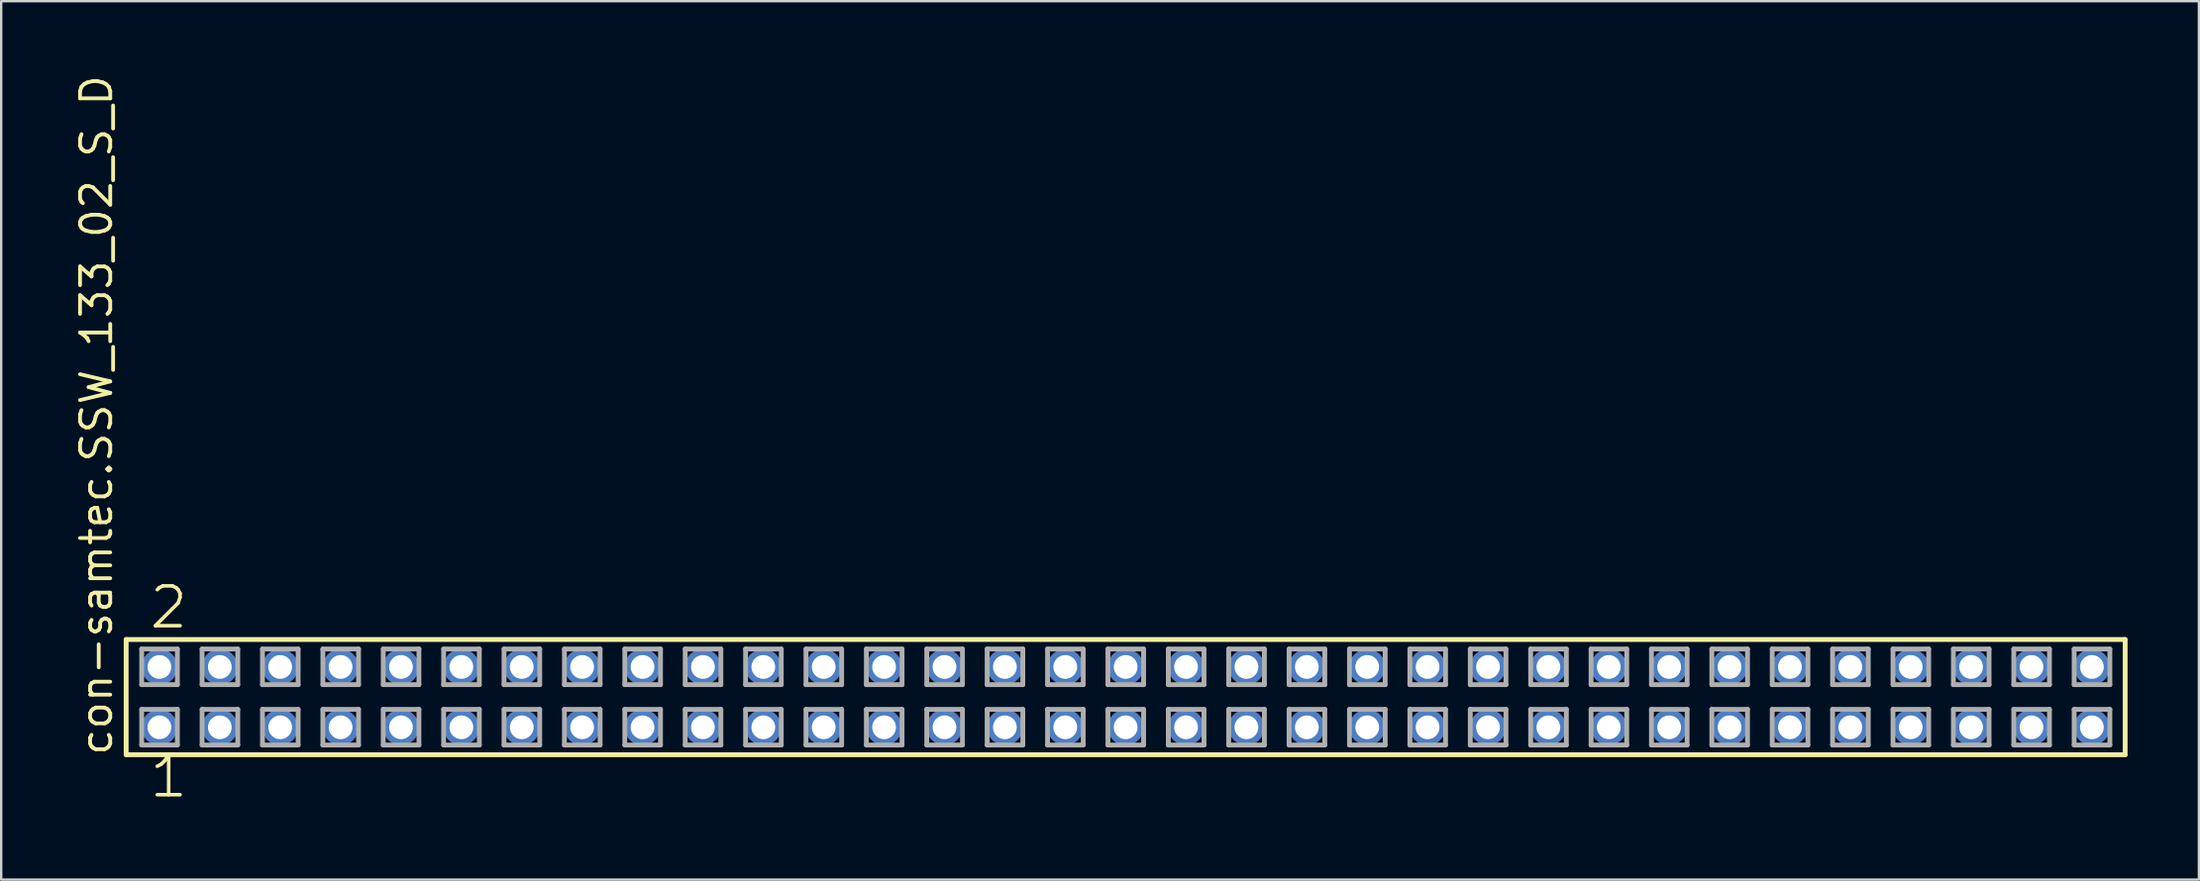
<source format=kicad_pcb>
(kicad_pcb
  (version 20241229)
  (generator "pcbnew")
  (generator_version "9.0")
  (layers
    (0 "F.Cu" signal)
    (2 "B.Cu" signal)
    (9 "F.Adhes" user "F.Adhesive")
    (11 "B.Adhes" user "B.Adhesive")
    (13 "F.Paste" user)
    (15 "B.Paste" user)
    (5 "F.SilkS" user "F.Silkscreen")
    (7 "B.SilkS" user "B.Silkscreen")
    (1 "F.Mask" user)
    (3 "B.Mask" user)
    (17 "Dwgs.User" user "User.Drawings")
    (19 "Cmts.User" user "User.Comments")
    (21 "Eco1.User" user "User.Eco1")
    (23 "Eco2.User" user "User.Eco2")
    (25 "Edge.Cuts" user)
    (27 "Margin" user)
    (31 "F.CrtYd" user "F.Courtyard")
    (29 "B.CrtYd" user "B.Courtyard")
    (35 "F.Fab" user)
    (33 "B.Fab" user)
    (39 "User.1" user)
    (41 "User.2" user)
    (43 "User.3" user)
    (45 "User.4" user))
  (footprint "con-samtec.SSW_133_02_S_D"
    (layer "F.Cu")
    (at 44.295 26.291)
    (property "Reference" "con-samtec.SSW_133_02_S_D" (at -42.545 2.54 90) (layer "F.SilkS") (effects (font (size 1.27 1.27) (thickness 0.16)) (justify left bottom)))
    (attr through_hole)
    (fp_line (start -42.039 -2.425) (end 42.039 -2.425) (stroke (width 0.203) (type default)) (layer "F.SilkS"))
    (fp_line (start -42.039 2.425) (end -42.039 -2.425) (stroke (width 0.203) (type default)) (layer "F.SilkS"))
    (fp_line (start 42.039 -2.425) (end 42.039 2.425) (stroke (width 0.203) (type default)) (layer "F.SilkS"))
    (fp_line (start 42.039 2.425) (end -42.039 2.425) (stroke (width 0.203) (type default)) (layer "F.SilkS"))
    (fp_line (start -41.385 -2.025) (end -39.885 -2.025) (stroke (width 0.203) (type default)) (layer "F.Fab"))
    (fp_line (start -41.385 -0.525) (end -41.385 -2.025) (stroke (width 0.203) (type default)) (layer "F.Fab"))
    (fp_line (start -41.385 0.515) (end -39.885 0.515) (stroke (width 0.203) (type default)) (layer "F.Fab"))
    (fp_line (start -41.385 2.015) (end -41.385 0.515) (stroke (width 0.203) (type default)) (layer "F.Fab"))
    (fp_line (start -39.885 -2.025) (end -39.885 -0.525) (stroke (width 0.203) (type default)) (layer "F.Fab"))
    (fp_line (start -39.885 -0.525) (end -41.385 -0.525) (stroke (width 0.203) (type default)) (layer "F.Fab"))
    (fp_line (start -39.885 0.515) (end -39.885 2.015) (stroke (width 0.203) (type default)) (layer "F.Fab"))
    (fp_line (start -39.885 2.015) (end -41.385 2.015) (stroke (width 0.203) (type default)) (layer "F.Fab"))
    (fp_line (start -38.845 -2.025) (end -37.345 -2.025) (stroke (width 0.203) (type default)) (layer "F.Fab"))
    (fp_line (start -38.845 -0.525) (end -38.845 -2.025) (stroke (width 0.203) (type default)) (layer "F.Fab"))
    (fp_line (start -38.845 0.515) (end -37.345 0.515) (stroke (width 0.203) (type default)) (layer "F.Fab"))
    (fp_line (start -38.845 2.015) (end -38.845 0.515) (stroke (width 0.203) (type default)) (layer "F.Fab"))
    (fp_line (start -37.345 -2.025) (end -37.345 -0.525) (stroke (width 0.203) (type default)) (layer "F.Fab"))
    (fp_line (start -37.345 -0.525) (end -38.845 -0.525) (stroke (width 0.203) (type default)) (layer "F.Fab"))
    (fp_line (start -37.345 0.515) (end -37.345 2.015) (stroke (width 0.203) (type default)) (layer "F.Fab"))
    (fp_line (start -37.345 2.015) (end -38.845 2.015) (stroke (width 0.203) (type default)) (layer "F.Fab"))
    (fp_line (start -36.305 -2.025) (end -34.805 -2.025) (stroke (width 0.203) (type default)) (layer "F.Fab"))
    (fp_line (start -36.305 -0.525) (end -36.305 -2.025) (stroke (width 0.203) (type default)) (layer "F.Fab"))
    (fp_line (start -36.305 0.515) (end -34.805 0.515) (stroke (width 0.203) (type default)) (layer "F.Fab"))
    (fp_line (start -36.305 2.015) (end -36.305 0.515) (stroke (width 0.203) (type default)) (layer "F.Fab"))
    (fp_line (start -34.805 -2.025) (end -34.805 -0.525) (stroke (width 0.203) (type default)) (layer "F.Fab"))
    (fp_line (start -34.805 -0.525) (end -36.305 -0.525) (stroke (width 0.203) (type default)) (layer "F.Fab"))
    (fp_line (start -34.805 0.515) (end -34.805 2.015) (stroke (width 0.203) (type default)) (layer "F.Fab"))
    (fp_line (start -34.805 2.015) (end -36.305 2.015) (stroke (width 0.203) (type default)) (layer "F.Fab"))
    (fp_line (start -33.765 -2.025) (end -32.265 -2.025) (stroke (width 0.203) (type default)) (layer "F.Fab"))
    (fp_line (start -33.765 -0.525) (end -33.765 -2.025) (stroke (width 0.203) (type default)) (layer "F.Fab"))
    (fp_line (start -33.765 0.515) (end -32.265 0.515) (stroke (width 0.203) (type default)) (layer "F.Fab"))
    (fp_line (start -33.765 2.015) (end -33.765 0.515) (stroke (width 0.203) (type default)) (layer "F.Fab"))
    (fp_line (start -32.265 -2.025) (end -32.265 -0.525) (stroke (width 0.203) (type default)) (layer "F.Fab"))
    (fp_line (start -32.265 -0.525) (end -33.765 -0.525) (stroke (width 0.203) (type default)) (layer "F.Fab"))
    (fp_line (start -32.265 0.515) (end -32.265 2.015) (stroke (width 0.203) (type default)) (layer "F.Fab"))
    (fp_line (start -32.265 2.015) (end -33.765 2.015) (stroke (width 0.203) (type default)) (layer "F.Fab"))
    (fp_line (start -31.225 -2.025) (end -29.725 -2.025) (stroke (width 0.203) (type default)) (layer "F.Fab"))
    (fp_line (start -31.225 -0.525) (end -31.225 -2.025) (stroke (width 0.203) (type default)) (layer "F.Fab"))
    (fp_line (start -31.225 0.515) (end -29.725 0.515) (stroke (width 0.203) (type default)) (layer "F.Fab"))
    (fp_line (start -31.225 2.015) (end -31.225 0.515) (stroke (width 0.203) (type default)) (layer "F.Fab"))
    (fp_line (start -29.725 -2.025) (end -29.725 -0.525) (stroke (width 0.203) (type default)) (layer "F.Fab"))
    (fp_line (start -29.725 -0.525) (end -31.225 -0.525) (stroke (width 0.203) (type default)) (layer "F.Fab"))
    (fp_line (start -29.725 0.515) (end -29.725 2.015) (stroke (width 0.203) (type default)) (layer "F.Fab"))
    (fp_line (start -29.725 2.015) (end -31.225 2.015) (stroke (width 0.203) (type default)) (layer "F.Fab"))
    (fp_line (start -28.685 -2.025) (end -27.185 -2.025) (stroke (width 0.203) (type default)) (layer "F.Fab"))
    (fp_line (start -28.685 -0.525) (end -28.685 -2.025) (stroke (width 0.203) (type default)) (layer "F.Fab"))
    (fp_line (start -28.685 0.515) (end -27.185 0.515) (stroke (width 0.203) (type default)) (layer "F.Fab"))
    (fp_line (start -28.685 2.015) (end -28.685 0.515) (stroke (width 0.203) (type default)) (layer "F.Fab"))
    (fp_line (start -27.185 -2.025) (end -27.185 -0.525) (stroke (width 0.203) (type default)) (layer "F.Fab"))
    (fp_line (start -27.185 -0.525) (end -28.685 -0.525) (stroke (width 0.203) (type default)) (layer "F.Fab"))
    (fp_line (start -27.185 0.515) (end -27.185 2.015) (stroke (width 0.203) (type default)) (layer "F.Fab"))
    (fp_line (start -27.185 2.015) (end -28.685 2.015) (stroke (width 0.203) (type default)) (layer "F.Fab"))
    (fp_line (start -26.145 -2.025) (end -24.645 -2.025) (stroke (width 0.203) (type default)) (layer "F.Fab"))
    (fp_line (start -26.145 -0.525) (end -26.145 -2.025) (stroke (width 0.203) (type default)) (layer "F.Fab"))
    (fp_line (start -26.145 0.515) (end -24.645 0.515) (stroke (width 0.203) (type default)) (layer "F.Fab"))
    (fp_line (start -26.145 2.015) (end -26.145 0.515) (stroke (width 0.203) (type default)) (layer "F.Fab"))
    (fp_line (start -24.645 -2.025) (end -24.645 -0.525) (stroke (width 0.203) (type default)) (layer "F.Fab"))
    (fp_line (start -24.645 -0.525) (end -26.145 -0.525) (stroke (width 0.203) (type default)) (layer "F.Fab"))
    (fp_line (start -24.645 0.515) (end -24.645 2.015) (stroke (width 0.203) (type default)) (layer "F.Fab"))
    (fp_line (start -24.645 2.015) (end -26.145 2.015) (stroke (width 0.203) (type default)) (layer "F.Fab"))
    (fp_line (start -23.605 -2.025) (end -22.105 -2.025) (stroke (width 0.203) (type default)) (layer "F.Fab"))
    (fp_line (start -23.605 -0.525) (end -23.605 -2.025) (stroke (width 0.203) (type default)) (layer "F.Fab"))
    (fp_line (start -23.605 0.515) (end -22.105 0.515) (stroke (width 0.203) (type default)) (layer "F.Fab"))
    (fp_line (start -23.605 2.015) (end -23.605 0.515) (stroke (width 0.203) (type default)) (layer "F.Fab"))
    (fp_line (start -22.105 -2.025) (end -22.105 -0.525) (stroke (width 0.203) (type default)) (layer "F.Fab"))
    (fp_line (start -22.105 -0.525) (end -23.605 -0.525) (stroke (width 0.203) (type default)) (layer "F.Fab"))
    (fp_line (start -22.105 0.515) (end -22.105 2.015) (stroke (width 0.203) (type default)) (layer "F.Fab"))
    (fp_line (start -22.105 2.015) (end -23.605 2.015) (stroke (width 0.203) (type default)) (layer "F.Fab"))
    (fp_line (start -21.065 -2.025) (end -19.565 -2.025) (stroke (width 0.203) (type default)) (layer "F.Fab"))
    (fp_line (start -21.065 -0.525) (end -21.065 -2.025) (stroke (width 0.203) (type default)) (layer "F.Fab"))
    (fp_line (start -21.065 0.515) (end -19.565 0.515) (stroke (width 0.203) (type default)) (layer "F.Fab"))
    (fp_line (start -21.065 2.015) (end -21.065 0.515) (stroke (width 0.203) (type default)) (layer "F.Fab"))
    (fp_line (start -19.565 -2.025) (end -19.565 -0.525) (stroke (width 0.203) (type default)) (layer "F.Fab"))
    (fp_line (start -19.565 -0.525) (end -21.065 -0.525) (stroke (width 0.203) (type default)) (layer "F.Fab"))
    (fp_line (start -19.565 0.515) (end -19.565 2.015) (stroke (width 0.203) (type default)) (layer "F.Fab"))
    (fp_line (start -19.565 2.015) (end -21.065 2.015) (stroke (width 0.203) (type default)) (layer "F.Fab"))
    (fp_line (start -18.525 -2.025) (end -17.025 -2.025) (stroke (width 0.203) (type default)) (layer "F.Fab"))
    (fp_line (start -18.525 -0.525) (end -18.525 -2.025) (stroke (width 0.203) (type default)) (layer "F.Fab"))
    (fp_line (start -18.525 0.515) (end -17.025 0.515) (stroke (width 0.203) (type default)) (layer "F.Fab"))
    (fp_line (start -18.525 2.015) (end -18.525 0.515) (stroke (width 0.203) (type default)) (layer "F.Fab"))
    (fp_line (start -17.025 -2.025) (end -17.025 -0.525) (stroke (width 0.203) (type default)) (layer "F.Fab"))
    (fp_line (start -17.025 -0.525) (end -18.525 -0.525) (stroke (width 0.203) (type default)) (layer "F.Fab"))
    (fp_line (start -17.025 0.515) (end -17.025 2.015) (stroke (width 0.203) (type default)) (layer "F.Fab"))
    (fp_line (start -17.025 2.015) (end -18.525 2.015) (stroke (width 0.203) (type default)) (layer "F.Fab"))
    (fp_line (start -15.985 -2.025) (end -14.485 -2.025) (stroke (width 0.203) (type default)) (layer "F.Fab"))
    (fp_line (start -15.985 -0.525) (end -15.985 -2.025) (stroke (width 0.203) (type default)) (layer "F.Fab"))
    (fp_line (start -15.985 0.515) (end -14.485 0.515) (stroke (width 0.203) (type default)) (layer "F.Fab"))
    (fp_line (start -15.985 2.015) (end -15.985 0.515) (stroke (width 0.203) (type default)) (layer "F.Fab"))
    (fp_line (start -14.485 -2.025) (end -14.485 -0.525) (stroke (width 0.203) (type default)) (layer "F.Fab"))
    (fp_line (start -14.485 -0.525) (end -15.985 -0.525) (stroke (width 0.203) (type default)) (layer "F.Fab"))
    (fp_line (start -14.485 0.515) (end -14.485 2.015) (stroke (width 0.203) (type default)) (layer "F.Fab"))
    (fp_line (start -14.485 2.015) (end -15.985 2.015) (stroke (width 0.203) (type default)) (layer "F.Fab"))
    (fp_line (start -13.445 -2.025) (end -11.945 -2.025) (stroke (width 0.203) (type default)) (layer "F.Fab"))
    (fp_line (start -13.445 -0.525) (end -13.445 -2.025) (stroke (width 0.203) (type default)) (layer "F.Fab"))
    (fp_line (start -13.445 0.515) (end -11.945 0.515) (stroke (width 0.203) (type default)) (layer "F.Fab"))
    (fp_line (start -13.445 2.015) (end -13.445 0.515) (stroke (width 0.203) (type default)) (layer "F.Fab"))
    (fp_line (start -11.945 -2.025) (end -11.945 -0.525) (stroke (width 0.203) (type default)) (layer "F.Fab"))
    (fp_line (start -11.945 -0.525) (end -13.445 -0.525) (stroke (width 0.203) (type default)) (layer "F.Fab"))
    (fp_line (start -11.945 0.515) (end -11.945 2.015) (stroke (width 0.203) (type default)) (layer "F.Fab"))
    (fp_line (start -11.945 2.015) (end -13.445 2.015) (stroke (width 0.203) (type default)) (layer "F.Fab"))
    (fp_line (start -10.905 -2.025) (end -9.405 -2.025) (stroke (width 0.203) (type default)) (layer "F.Fab"))
    (fp_line (start -10.905 -0.525) (end -10.905 -2.025) (stroke (width 0.203) (type default)) (layer "F.Fab"))
    (fp_line (start -10.905 0.515) (end -9.405 0.515) (stroke (width 0.203) (type default)) (layer "F.Fab"))
    (fp_line (start -10.905 2.015) (end -10.905 0.515) (stroke (width 0.203) (type default)) (layer "F.Fab"))
    (fp_line (start -9.405 -2.025) (end -9.405 -0.525) (stroke (width 0.203) (type default)) (layer "F.Fab"))
    (fp_line (start -9.405 -0.525) (end -10.905 -0.525) (stroke (width 0.203) (type default)) (layer "F.Fab"))
    (fp_line (start -9.405 0.515) (end -9.405 2.015) (stroke (width 0.203) (type default)) (layer "F.Fab"))
    (fp_line (start -9.405 2.015) (end -10.905 2.015) (stroke (width 0.203) (type default)) (layer "F.Fab"))
    (fp_line (start -8.365 -2.025) (end -6.865 -2.025) (stroke (width 0.203) (type default)) (layer "F.Fab"))
    (fp_line (start -8.365 -0.525) (end -8.365 -2.025) (stroke (width 0.203) (type default)) (layer "F.Fab"))
    (fp_line (start -8.365 0.515) (end -6.865 0.515) (stroke (width 0.203) (type default)) (layer "F.Fab"))
    (fp_line (start -8.365 2.015) (end -8.365 0.515) (stroke (width 0.203) (type default)) (layer "F.Fab"))
    (fp_line (start -6.865 -2.025) (end -6.865 -0.525) (stroke (width 0.203) (type default)) (layer "F.Fab"))
    (fp_line (start -6.865 -0.525) (end -8.365 -0.525) (stroke (width 0.203) (type default)) (layer "F.Fab"))
    (fp_line (start -6.865 0.515) (end -6.865 2.015) (stroke (width 0.203) (type default)) (layer "F.Fab"))
    (fp_line (start -6.865 2.015) (end -8.365 2.015) (stroke (width 0.203) (type default)) (layer "F.Fab"))
    (fp_line (start -5.825 -2.025) (end -4.325 -2.025) (stroke (width 0.203) (type default)) (layer "F.Fab"))
    (fp_line (start -5.825 -0.525) (end -5.825 -2.025) (stroke (width 0.203) (type default)) (layer "F.Fab"))
    (fp_line (start -5.825 0.515) (end -4.325 0.515) (stroke (width 0.203) (type default)) (layer "F.Fab"))
    (fp_line (start -5.825 2.015) (end -5.825 0.515) (stroke (width 0.203) (type default)) (layer "F.Fab"))
    (fp_line (start -4.325 -2.025) (end -4.325 -0.525) (stroke (width 0.203) (type default)) (layer "F.Fab"))
    (fp_line (start -4.325 -0.525) (end -5.825 -0.525) (stroke (width 0.203) (type default)) (layer "F.Fab"))
    (fp_line (start -4.325 0.515) (end -4.325 2.015) (stroke (width 0.203) (type default)) (layer "F.Fab"))
    (fp_line (start -4.325 2.015) (end -5.825 2.015) (stroke (width 0.203) (type default)) (layer "F.Fab"))
    (fp_line (start -3.285 -2.025) (end -1.785 -2.025) (stroke (width 0.203) (type default)) (layer "F.Fab"))
    (fp_line (start -3.285 -0.525) (end -3.285 -2.025) (stroke (width 0.203) (type default)) (layer "F.Fab"))
    (fp_line (start -3.285 0.515) (end -1.785 0.515) (stroke (width 0.203) (type default)) (layer "F.Fab"))
    (fp_line (start -3.285 2.015) (end -3.285 0.515) (stroke (width 0.203) (type default)) (layer "F.Fab"))
    (fp_line (start -1.785 -2.025) (end -1.785 -0.525) (stroke (width 0.203) (type default)) (layer "F.Fab"))
    (fp_line (start -1.785 -0.525) (end -3.285 -0.525) (stroke (width 0.203) (type default)) (layer "F.Fab"))
    (fp_line (start -1.785 0.515) (end -1.785 2.015) (stroke (width 0.203) (type default)) (layer "F.Fab"))
    (fp_line (start -1.785 2.015) (end -3.285 2.015) (stroke (width 0.203) (type default)) (layer "F.Fab"))
    (fp_line (start -0.745 -2.025) (end 0.755 -2.025) (stroke (width 0.203) (type default)) (layer "F.Fab"))
    (fp_line (start -0.745 -0.525) (end -0.745 -2.025) (stroke (width 0.203) (type default)) (layer "F.Fab"))
    (fp_line (start -0.745 0.515) (end 0.755 0.515) (stroke (width 0.203) (type default)) (layer "F.Fab"))
    (fp_line (start -0.745 2.015) (end -0.745 0.515) (stroke (width 0.203) (type default)) (layer "F.Fab"))
    (fp_line (start 0.755 -2.025) (end 0.755 -0.525) (stroke (width 0.203) (type default)) (layer "F.Fab"))
    (fp_line (start 0.755 -0.525) (end -0.745 -0.525) (stroke (width 0.203) (type default)) (layer "F.Fab"))
    (fp_line (start 0.755 0.515) (end 0.755 2.015) (stroke (width 0.203) (type default)) (layer "F.Fab"))
    (fp_line (start 0.755 2.015) (end -0.745 2.015) (stroke (width 0.203) (type default)) (layer "F.Fab"))
    (fp_line (start 1.795 -2.025) (end 3.295 -2.025) (stroke (width 0.203) (type default)) (layer "F.Fab"))
    (fp_line (start 1.795 -0.525) (end 1.795 -2.025) (stroke (width 0.203) (type default)) (layer "F.Fab"))
    (fp_line (start 1.795 0.515) (end 3.295 0.515) (stroke (width 0.203) (type default)) (layer "F.Fab"))
    (fp_line (start 1.795 2.015) (end 1.795 0.515) (stroke (width 0.203) (type default)) (layer "F.Fab"))
    (fp_line (start 3.295 -2.025) (end 3.295 -0.525) (stroke (width 0.203) (type default)) (layer "F.Fab"))
    (fp_line (start 3.295 -0.525) (end 1.795 -0.525) (stroke (width 0.203) (type default)) (layer "F.Fab"))
    (fp_line (start 3.295 0.515) (end 3.295 2.015) (stroke (width 0.203) (type default)) (layer "F.Fab"))
    (fp_line (start 3.295 2.015) (end 1.795 2.015) (stroke (width 0.203) (type default)) (layer "F.Fab"))
    (fp_line (start 4.335 -2.025) (end 5.835 -2.025) (stroke (width 0.203) (type default)) (layer "F.Fab"))
    (fp_line (start 4.335 -0.525) (end 4.335 -2.025) (stroke (width 0.203) (type default)) (layer "F.Fab"))
    (fp_line (start 4.335 0.515) (end 5.835 0.515) (stroke (width 0.203) (type default)) (layer "F.Fab"))
    (fp_line (start 4.335 2.015) (end 4.335 0.515) (stroke (width 0.203) (type default)) (layer "F.Fab"))
    (fp_line (start 5.835 -2.025) (end 5.835 -0.525) (stroke (width 0.203) (type default)) (layer "F.Fab"))
    (fp_line (start 5.835 -0.525) (end 4.335 -0.525) (stroke (width 0.203) (type default)) (layer "F.Fab"))
    (fp_line (start 5.835 0.515) (end 5.835 2.015) (stroke (width 0.203) (type default)) (layer "F.Fab"))
    (fp_line (start 5.835 2.015) (end 4.335 2.015) (stroke (width 0.203) (type default)) (layer "F.Fab"))
    (fp_line (start 6.875 -2.025) (end 8.375 -2.025) (stroke (width 0.203) (type default)) (layer "F.Fab"))
    (fp_line (start 6.875 -0.525) (end 6.875 -2.025) (stroke (width 0.203) (type default)) (layer "F.Fab"))
    (fp_line (start 6.875 0.515) (end 8.375 0.515) (stroke (width 0.203) (type default)) (layer "F.Fab"))
    (fp_line (start 6.875 2.015) (end 6.875 0.515) (stroke (width 0.203) (type default)) (layer "F.Fab"))
    (fp_line (start 8.375 -2.025) (end 8.375 -0.525) (stroke (width 0.203) (type default)) (layer "F.Fab"))
    (fp_line (start 8.375 -0.525) (end 6.875 -0.525) (stroke (width 0.203) (type default)) (layer "F.Fab"))
    (fp_line (start 8.375 0.515) (end 8.375 2.015) (stroke (width 0.203) (type default)) (layer "F.Fab"))
    (fp_line (start 8.375 2.015) (end 6.875 2.015) (stroke (width 0.203) (type default)) (layer "F.Fab"))
    (fp_line (start 9.415 -2.025) (end 10.915 -2.025) (stroke (width 0.203) (type default)) (layer "F.Fab"))
    (fp_line (start 9.415 -0.525) (end 9.415 -2.025) (stroke (width 0.203) (type default)) (layer "F.Fab"))
    (fp_line (start 9.415 0.515) (end 10.915 0.515) (stroke (width 0.203) (type default)) (layer "F.Fab"))
    (fp_line (start 9.415 2.015) (end 9.415 0.515) (stroke (width 0.203) (type default)) (layer "F.Fab"))
    (fp_line (start 10.915 -2.025) (end 10.915 -0.525) (stroke (width 0.203) (type default)) (layer "F.Fab"))
    (fp_line (start 10.915 -0.525) (end 9.415 -0.525) (stroke (width 0.203) (type default)) (layer "F.Fab"))
    (fp_line (start 10.915 0.515) (end 10.915 2.015) (stroke (width 0.203) (type default)) (layer "F.Fab"))
    (fp_line (start 10.915 2.015) (end 9.415 2.015) (stroke (width 0.203) (type default)) (layer "F.Fab"))
    (fp_line (start 11.955 -2.025) (end 13.455 -2.025) (stroke (width 0.203) (type default)) (layer "F.Fab"))
    (fp_line (start 11.955 -0.525) (end 11.955 -2.025) (stroke (width 0.203) (type default)) (layer "F.Fab"))
    (fp_line (start 11.955 0.515) (end 13.455 0.515) (stroke (width 0.203) (type default)) (layer "F.Fab"))
    (fp_line (start 11.955 2.015) (end 11.955 0.515) (stroke (width 0.203) (type default)) (layer "F.Fab"))
    (fp_line (start 13.455 -2.025) (end 13.455 -0.525) (stroke (width 0.203) (type default)) (layer "F.Fab"))
    (fp_line (start 13.455 -0.525) (end 11.955 -0.525) (stroke (width 0.203) (type default)) (layer "F.Fab"))
    (fp_line (start 13.455 0.515) (end 13.455 2.015) (stroke (width 0.203) (type default)) (layer "F.Fab"))
    (fp_line (start 13.455 2.015) (end 11.955 2.015) (stroke (width 0.203) (type default)) (layer "F.Fab"))
    (fp_line (start 14.495 -2.025) (end 15.995 -2.025) (stroke (width 0.203) (type default)) (layer "F.Fab"))
    (fp_line (start 14.495 -0.525) (end 14.495 -2.025) (stroke (width 0.203) (type default)) (layer "F.Fab"))
    (fp_line (start 14.495 0.515) (end 15.995 0.515) (stroke (width 0.203) (type default)) (layer "F.Fab"))
    (fp_line (start 14.495 2.015) (end 14.495 0.515) (stroke (width 0.203) (type default)) (layer "F.Fab"))
    (fp_line (start 15.995 -2.025) (end 15.995 -0.525) (stroke (width 0.203) (type default)) (layer "F.Fab"))
    (fp_line (start 15.995 -0.525) (end 14.495 -0.525) (stroke (width 0.203) (type default)) (layer "F.Fab"))
    (fp_line (start 15.995 0.515) (end 15.995 2.015) (stroke (width 0.203) (type default)) (layer "F.Fab"))
    (fp_line (start 15.995 2.015) (end 14.495 2.015) (stroke (width 0.203) (type default)) (layer "F.Fab"))
    (fp_line (start 17.035 -2.025) (end 18.535 -2.025) (stroke (width 0.203) (type default)) (layer "F.Fab"))
    (fp_line (start 17.035 -0.525) (end 17.035 -2.025) (stroke (width 0.203) (type default)) (layer "F.Fab"))
    (fp_line (start 17.035 0.515) (end 18.535 0.515) (stroke (width 0.203) (type default)) (layer "F.Fab"))
    (fp_line (start 17.035 2.015) (end 17.035 0.515) (stroke (width 0.203) (type default)) (layer "F.Fab"))
    (fp_line (start 18.535 -2.025) (end 18.535 -0.525) (stroke (width 0.203) (type default)) (layer "F.Fab"))
    (fp_line (start 18.535 -0.525) (end 17.035 -0.525) (stroke (width 0.203) (type default)) (layer "F.Fab"))
    (fp_line (start 18.535 0.515) (end 18.535 2.015) (stroke (width 0.203) (type default)) (layer "F.Fab"))
    (fp_line (start 18.535 2.015) (end 17.035 2.015) (stroke (width 0.203) (type default)) (layer "F.Fab"))
    (fp_line (start 19.575 -2.025) (end 21.075 -2.025) (stroke (width 0.203) (type default)) (layer "F.Fab"))
    (fp_line (start 19.575 -0.525) (end 19.575 -2.025) (stroke (width 0.203) (type default)) (layer "F.Fab"))
    (fp_line (start 19.575 0.515) (end 21.075 0.515) (stroke (width 0.203) (type default)) (layer "F.Fab"))
    (fp_line (start 19.575 2.015) (end 19.575 0.515) (stroke (width 0.203) (type default)) (layer "F.Fab"))
    (fp_line (start 21.075 -2.025) (end 21.075 -0.525) (stroke (width 0.203) (type default)) (layer "F.Fab"))
    (fp_line (start 21.075 -0.525) (end 19.575 -0.525) (stroke (width 0.203) (type default)) (layer "F.Fab"))
    (fp_line (start 21.075 0.515) (end 21.075 2.015) (stroke (width 0.203) (type default)) (layer "F.Fab"))
    (fp_line (start 21.075 2.015) (end 19.575 2.015) (stroke (width 0.203) (type default)) (layer "F.Fab"))
    (fp_line (start 22.115 -2.025) (end 23.615 -2.025) (stroke (width 0.203) (type default)) (layer "F.Fab"))
    (fp_line (start 22.115 -0.525) (end 22.115 -2.025) (stroke (width 0.203) (type default)) (layer "F.Fab"))
    (fp_line (start 22.115 0.515) (end 23.615 0.515) (stroke (width 0.203) (type default)) (layer "F.Fab"))
    (fp_line (start 22.115 2.015) (end 22.115 0.515) (stroke (width 0.203) (type default)) (layer "F.Fab"))
    (fp_line (start 23.615 -2.025) (end 23.615 -0.525) (stroke (width 0.203) (type default)) (layer "F.Fab"))
    (fp_line (start 23.615 -0.525) (end 22.115 -0.525) (stroke (width 0.203) (type default)) (layer "F.Fab"))
    (fp_line (start 23.615 0.515) (end 23.615 2.015) (stroke (width 0.203) (type default)) (layer "F.Fab"))
    (fp_line (start 23.615 2.015) (end 22.115 2.015) (stroke (width 0.203) (type default)) (layer "F.Fab"))
    (fp_line (start 24.655 -2.025) (end 26.155 -2.025) (stroke (width 0.203) (type default)) (layer "F.Fab"))
    (fp_line (start 24.655 -0.525) (end 24.655 -2.025) (stroke (width 0.203) (type default)) (layer "F.Fab"))
    (fp_line (start 24.655 0.515) (end 26.155 0.515) (stroke (width 0.203) (type default)) (layer "F.Fab"))
    (fp_line (start 24.655 2.015) (end 24.655 0.515) (stroke (width 0.203) (type default)) (layer "F.Fab"))
    (fp_line (start 26.155 -2.025) (end 26.155 -0.525) (stroke (width 0.203) (type default)) (layer "F.Fab"))
    (fp_line (start 26.155 -0.525) (end 24.655 -0.525) (stroke (width 0.203) (type default)) (layer "F.Fab"))
    (fp_line (start 26.155 0.515) (end 26.155 2.015) (stroke (width 0.203) (type default)) (layer "F.Fab"))
    (fp_line (start 26.155 2.015) (end 24.655 2.015) (stroke (width 0.203) (type default)) (layer "F.Fab"))
    (fp_line (start 27.195 -2.025) (end 28.695 -2.025) (stroke (width 0.203) (type default)) (layer "F.Fab"))
    (fp_line (start 27.195 -0.525) (end 27.195 -2.025) (stroke (width 0.203) (type default)) (layer "F.Fab"))
    (fp_line (start 27.195 0.515) (end 28.695 0.515) (stroke (width 0.203) (type default)) (layer "F.Fab"))
    (fp_line (start 27.195 2.015) (end 27.195 0.515) (stroke (width 0.203) (type default)) (layer "F.Fab"))
    (fp_line (start 28.695 -2.025) (end 28.695 -0.525) (stroke (width 0.203) (type default)) (layer "F.Fab"))
    (fp_line (start 28.695 -0.525) (end 27.195 -0.525) (stroke (width 0.203) (type default)) (layer "F.Fab"))
    (fp_line (start 28.695 0.515) (end 28.695 2.015) (stroke (width 0.203) (type default)) (layer "F.Fab"))
    (fp_line (start 28.695 2.015) (end 27.195 2.015) (stroke (width 0.203) (type default)) (layer "F.Fab"))
    (fp_line (start 29.735 -2.025) (end 31.235 -2.025) (stroke (width 0.203) (type default)) (layer "F.Fab"))
    (fp_line (start 29.735 -0.525) (end 29.735 -2.025) (stroke (width 0.203) (type default)) (layer "F.Fab"))
    (fp_line (start 29.735 0.515) (end 31.235 0.515) (stroke (width 0.203) (type default)) (layer "F.Fab"))
    (fp_line (start 29.735 2.015) (end 29.735 0.515) (stroke (width 0.203) (type default)) (layer "F.Fab"))
    (fp_line (start 31.235 -2.025) (end 31.235 -0.525) (stroke (width 0.203) (type default)) (layer "F.Fab"))
    (fp_line (start 31.235 -0.525) (end 29.735 -0.525) (stroke (width 0.203) (type default)) (layer "F.Fab"))
    (fp_line (start 31.235 0.515) (end 31.235 2.015) (stroke (width 0.203) (type default)) (layer "F.Fab"))
    (fp_line (start 31.235 2.015) (end 29.735 2.015) (stroke (width 0.203) (type default)) (layer "F.Fab"))
    (fp_line (start 32.275 -2.025) (end 33.775 -2.025) (stroke (width 0.203) (type default)) (layer "F.Fab"))
    (fp_line (start 32.275 -0.525) (end 32.275 -2.025) (stroke (width 0.203) (type default)) (layer "F.Fab"))
    (fp_line (start 32.275 0.515) (end 33.775 0.515) (stroke (width 0.203) (type default)) (layer "F.Fab"))
    (fp_line (start 32.275 2.015) (end 32.275 0.515) (stroke (width 0.203) (type default)) (layer "F.Fab"))
    (fp_line (start 33.775 -2.025) (end 33.775 -0.525) (stroke (width 0.203) (type default)) (layer "F.Fab"))
    (fp_line (start 33.775 -0.525) (end 32.275 -0.525) (stroke (width 0.203) (type default)) (layer "F.Fab"))
    (fp_line (start 33.775 0.515) (end 33.775 2.015) (stroke (width 0.203) (type default)) (layer "F.Fab"))
    (fp_line (start 33.775 2.015) (end 32.275 2.015) (stroke (width 0.203) (type default)) (layer "F.Fab"))
    (fp_line (start 34.815 -2.025) (end 36.315 -2.025) (stroke (width 0.203) (type default)) (layer "F.Fab"))
    (fp_line (start 34.815 -0.525) (end 34.815 -2.025) (stroke (width 0.203) (type default)) (layer "F.Fab"))
    (fp_line (start 34.815 0.515) (end 36.315 0.515) (stroke (width 0.203) (type default)) (layer "F.Fab"))
    (fp_line (start 34.815 2.015) (end 34.815 0.515) (stroke (width 0.203) (type default)) (layer "F.Fab"))
    (fp_line (start 36.315 -2.025) (end 36.315 -0.525) (stroke (width 0.203) (type default)) (layer "F.Fab"))
    (fp_line (start 36.315 -0.525) (end 34.815 -0.525) (stroke (width 0.203) (type default)) (layer "F.Fab"))
    (fp_line (start 36.315 0.515) (end 36.315 2.015) (stroke (width 0.203) (type default)) (layer "F.Fab"))
    (fp_line (start 36.315 2.015) (end 34.815 2.015) (stroke (width 0.203) (type default)) (layer "F.Fab"))
    (fp_line (start 37.355 -2.025) (end 38.855 -2.025) (stroke (width 0.203) (type default)) (layer "F.Fab"))
    (fp_line (start 37.355 -0.525) (end 37.355 -2.025) (stroke (width 0.203) (type default)) (layer "F.Fab"))
    (fp_line (start 37.355 0.515) (end 38.855 0.515) (stroke (width 0.203) (type default)) (layer "F.Fab"))
    (fp_line (start 37.355 2.015) (end 37.355 0.515) (stroke (width 0.203) (type default)) (layer "F.Fab"))
    (fp_line (start 38.855 -2.025) (end 38.855 -0.525) (stroke (width 0.203) (type default)) (layer "F.Fab"))
    (fp_line (start 38.855 -0.525) (end 37.355 -0.525) (stroke (width 0.203) (type default)) (layer "F.Fab"))
    (fp_line (start 38.855 0.515) (end 38.855 2.015) (stroke (width 0.203) (type default)) (layer "F.Fab"))
    (fp_line (start 38.855 2.015) (end 37.355 2.015) (stroke (width 0.203) (type default)) (layer "F.Fab"))
    (fp_line (start 39.895 -2.025) (end 41.395 -2.025) (stroke (width 0.203) (type default)) (layer "F.Fab"))
    (fp_line (start 39.895 -0.525) (end 39.895 -2.025) (stroke (width 0.203) (type default)) (layer "F.Fab"))
    (fp_line (start 39.895 0.515) (end 41.395 0.515) (stroke (width 0.203) (type default)) (layer "F.Fab"))
    (fp_line (start 39.895 2.015) (end 39.895 0.515) (stroke (width 0.203) (type default)) (layer "F.Fab"))
    (fp_line (start 41.395 -2.025) (end 41.395 -0.525) (stroke (width 0.203) (type default)) (layer "F.Fab"))
    (fp_line (start 41.395 -0.525) (end 39.895 -0.525) (stroke (width 0.203) (type default)) (layer "F.Fab"))
    (fp_line (start 41.395 0.515) (end 41.395 2.015) (stroke (width 0.203) (type default)) (layer "F.Fab"))
    (fp_line (start 41.395 2.015) (end 39.895 2.015) (stroke (width 0.203) (type default)) (layer "F.Fab"))
    (fp_text user "2" (at -41.148 -2.794 0) (layer "F.SilkS") (effects (font (size 1.676 1.676) (thickness 0.15)) (justify left bottom)))
    (fp_text user "1" (at -41.148 4.318 0) (layer "F.SilkS") (effects (font (size 1.676 1.676) (thickness 0.15)) (justify left bottom)))
    (pad "1" thru_hole circle (at -40.64 1.27) (size 1.5 1.5) (drill 1) (layers "*.Cu" "*.Mask"))
    (pad "2" thru_hole circle (at -40.64 -1.27) (size 1.5 1.5) (drill 1) (layers "*.Cu" "*.Mask"))
    (pad "3" thru_hole circle (at -38.1 1.27) (size 1.5 1.5) (drill 1) (layers "*.Cu" "*.Mask"))
    (pad "4" thru_hole circle (at -38.1 -1.27) (size 1.5 1.5) (drill 1) (layers "*.Cu" "*.Mask"))
    (pad "5" thru_hole circle (at -35.56 1.27) (size 1.5 1.5) (drill 1) (layers "*.Cu" "*.Mask"))
    (pad "6" thru_hole circle (at -35.56 -1.27) (size 1.5 1.5) (drill 1) (layers "*.Cu" "*.Mask"))
    (pad "7" thru_hole circle (at -33.02 1.27) (size 1.5 1.5) (drill 1) (layers "*.Cu" "*.Mask"))
    (pad "8" thru_hole circle (at -33.02 -1.27) (size 1.5 1.5) (drill 1) (layers "*.Cu" "*.Mask"))
    (pad "9" thru_hole circle (at -30.48 1.27) (size 1.5 1.5) (drill 1) (layers "*.Cu" "*.Mask"))
    (pad "10" thru_hole circle (at -30.48 -1.27) (size 1.5 1.5) (drill 1) (layers "*.Cu" "*.Mask"))
    (pad "11" thru_hole circle (at -27.94 1.27) (size 1.5 1.5) (drill 1) (layers "*.Cu" "*.Mask"))
    (pad "12" thru_hole circle (at -27.94 -1.27) (size 1.5 1.5) (drill 1) (layers "*.Cu" "*.Mask"))
    (pad "13" thru_hole circle (at -25.4 1.27) (size 1.5 1.5) (drill 1) (layers "*.Cu" "*.Mask"))
    (pad "14" thru_hole circle (at -25.4 -1.27) (size 1.5 1.5) (drill 1) (layers "*.Cu" "*.Mask"))
    (pad "15" thru_hole circle (at -22.86 1.27) (size 1.5 1.5) (drill 1) (layers "*.Cu" "*.Mask"))
    (pad "16" thru_hole circle (at -22.86 -1.27) (size 1.5 1.5) (drill 1) (layers "*.Cu" "*.Mask"))
    (pad "17" thru_hole circle (at -20.32 1.27) (size 1.5 1.5) (drill 1) (layers "*.Cu" "*.Mask"))
    (pad "18" thru_hole circle (at -20.32 -1.27) (size 1.5 1.5) (drill 1) (layers "*.Cu" "*.Mask"))
    (pad "19" thru_hole circle (at -17.78 1.27) (size 1.5 1.5) (drill 1) (layers "*.Cu" "*.Mask"))
    (pad "20" thru_hole circle (at -17.78 -1.27) (size 1.5 1.5) (drill 1) (layers "*.Cu" "*.Mask"))
    (pad "21" thru_hole circle (at -15.24 1.27) (size 1.5 1.5) (drill 1) (layers "*.Cu" "*.Mask"))
    (pad "22" thru_hole circle (at -15.24 -1.27) (size 1.5 1.5) (drill 1) (layers "*.Cu" "*.Mask"))
    (pad "23" thru_hole circle (at -12.7 1.27) (size 1.5 1.5) (drill 1) (layers "*.Cu" "*.Mask"))
    (pad "24" thru_hole circle (at -12.7 -1.27) (size 1.5 1.5) (drill 1) (layers "*.Cu" "*.Mask"))
    (pad "25" thru_hole circle (at -10.16 1.27) (size 1.5 1.5) (drill 1) (layers "*.Cu" "*.Mask"))
    (pad "26" thru_hole circle (at -10.16 -1.27) (size 1.5 1.5) (drill 1) (layers "*.Cu" "*.Mask"))
    (pad "27" thru_hole circle (at -7.62 1.27) (size 1.5 1.5) (drill 1) (layers "*.Cu" "*.Mask"))
    (pad "28" thru_hole circle (at -7.62 -1.27) (size 1.5 1.5) (drill 1) (layers "*.Cu" "*.Mask"))
    (pad "29" thru_hole circle (at -5.08 1.27) (size 1.5 1.5) (drill 1) (layers "*.Cu" "*.Mask"))
    (pad "30" thru_hole circle (at -5.08 -1.27) (size 1.5 1.5) (drill 1) (layers "*.Cu" "*.Mask"))
    (pad "31" thru_hole circle (at -2.54 1.27) (size 1.5 1.5) (drill 1) (layers "*.Cu" "*.Mask"))
    (pad "32" thru_hole circle (at -2.54 -1.27) (size 1.5 1.5) (drill 1) (layers "*.Cu" "*.Mask"))
    (pad "33" thru_hole circle (at 0 1.27) (size 1.5 1.5) (drill 1) (layers "*.Cu" "*.Mask"))
    (pad "34" thru_hole circle (at 0 -1.27) (size 1.5 1.5) (drill 1) (layers "*.Cu" "*.Mask"))
    (pad "35" thru_hole circle (at 2.54 1.27) (size 1.5 1.5) (drill 1) (layers "*.Cu" "*.Mask"))
    (pad "36" thru_hole circle (at 2.54 -1.27) (size 1.5 1.5) (drill 1) (layers "*.Cu" "*.Mask"))
    (pad "37" thru_hole circle (at 5.08 1.27) (size 1.5 1.5) (drill 1) (layers "*.Cu" "*.Mask"))
    (pad "38" thru_hole circle (at 5.08 -1.27) (size 1.5 1.5) (drill 1) (layers "*.Cu" "*.Mask"))
    (pad "39" thru_hole circle (at 7.62 1.27) (size 1.5 1.5) (drill 1) (layers "*.Cu" "*.Mask"))
    (pad "40" thru_hole circle (at 7.62 -1.27) (size 1.5 1.5) (drill 1) (layers "*.Cu" "*.Mask"))
    (pad "41" thru_hole circle (at 10.16 1.27) (size 1.5 1.5) (drill 1) (layers "*.Cu" "*.Mask"))
    (pad "42" thru_hole circle (at 10.16 -1.27) (size 1.5 1.5) (drill 1) (layers "*.Cu" "*.Mask"))
    (pad "43" thru_hole circle (at 12.7 1.27) (size 1.5 1.5) (drill 1) (layers "*.Cu" "*.Mask"))
    (pad "44" thru_hole circle (at 12.7 -1.27) (size 1.5 1.5) (drill 1) (layers "*.Cu" "*.Mask"))
    (pad "45" thru_hole circle (at 15.24 1.27) (size 1.5 1.5) (drill 1) (layers "*.Cu" "*.Mask"))
    (pad "46" thru_hole circle (at 15.24 -1.27) (size 1.5 1.5) (drill 1) (layers "*.Cu" "*.Mask"))
    (pad "47" thru_hole circle (at 17.78 1.27) (size 1.5 1.5) (drill 1) (layers "*.Cu" "*.Mask"))
    (pad "48" thru_hole circle (at 17.78 -1.27) (size 1.5 1.5) (drill 1) (layers "*.Cu" "*.Mask"))
    (pad "49" thru_hole circle (at 20.32 1.27) (size 1.5 1.5) (drill 1) (layers "*.Cu" "*.Mask"))
    (pad "50" thru_hole circle (at 20.32 -1.27) (size 1.5 1.5) (drill 1) (layers "*.Cu" "*.Mask"))
    (pad "51" thru_hole circle (at 22.86 1.27) (size 1.5 1.5) (drill 1) (layers "*.Cu" "*.Mask"))
    (pad "52" thru_hole circle (at 22.86 -1.27) (size 1.5 1.5) (drill 1) (layers "*.Cu" "*.Mask"))
    (pad "53" thru_hole circle (at 25.4 1.27) (size 1.5 1.5) (drill 1) (layers "*.Cu" "*.Mask"))
    (pad "54" thru_hole circle (at 25.4 -1.27) (size 1.5 1.5) (drill 1) (layers "*.Cu" "*.Mask"))
    (pad "55" thru_hole circle (at 27.94 1.27) (size 1.5 1.5) (drill 1) (layers "*.Cu" "*.Mask"))
    (pad "56" thru_hole circle (at 27.94 -1.27) (size 1.5 1.5) (drill 1) (layers "*.Cu" "*.Mask"))
    (pad "57" thru_hole circle (at 30.48 1.27) (size 1.5 1.5) (drill 1) (layers "*.Cu" "*.Mask"))
    (pad "58" thru_hole circle (at 30.48 -1.27) (size 1.5 1.5) (drill 1) (layers "*.Cu" "*.Mask"))
    (pad "59" thru_hole circle (at 33.02 1.27) (size 1.5 1.5) (drill 1) (layers "*.Cu" "*.Mask"))
    (pad "60" thru_hole circle (at 33.02 -1.27) (size 1.5 1.5) (drill 1) (layers "*.Cu" "*.Mask"))
    (pad "61" thru_hole circle (at 35.56 1.27) (size 1.5 1.5) (drill 1) (layers "*.Cu" "*.Mask"))
    (pad "62" thru_hole circle (at 35.56 -1.27) (size 1.5 1.5) (drill 1) (layers "*.Cu" "*.Mask"))
    (pad "63" thru_hole circle (at 38.1 1.27) (size 1.5 1.5) (drill 1) (layers "*.Cu" "*.Mask"))
    (pad "64" thru_hole circle (at 38.1 -1.27) (size 1.5 1.5) (drill 1) (layers "*.Cu" "*.Mask"))
    (pad "65" thru_hole circle (at 40.64 1.27) (size 1.5 1.5) (drill 1) (layers "*.Cu" "*.Mask"))
    (pad "66" thru_hole circle (at 40.64 -1.27) (size 1.5 1.5) (drill 1) (layers "*.Cu" "*.Mask")))
  (gr_rect
    (start -3 -3)
    (end 89.436 33.971)
    (stroke (width 0.1) (type default))
    (fill no)
    (layer "Edge.Cuts")))
</source>
